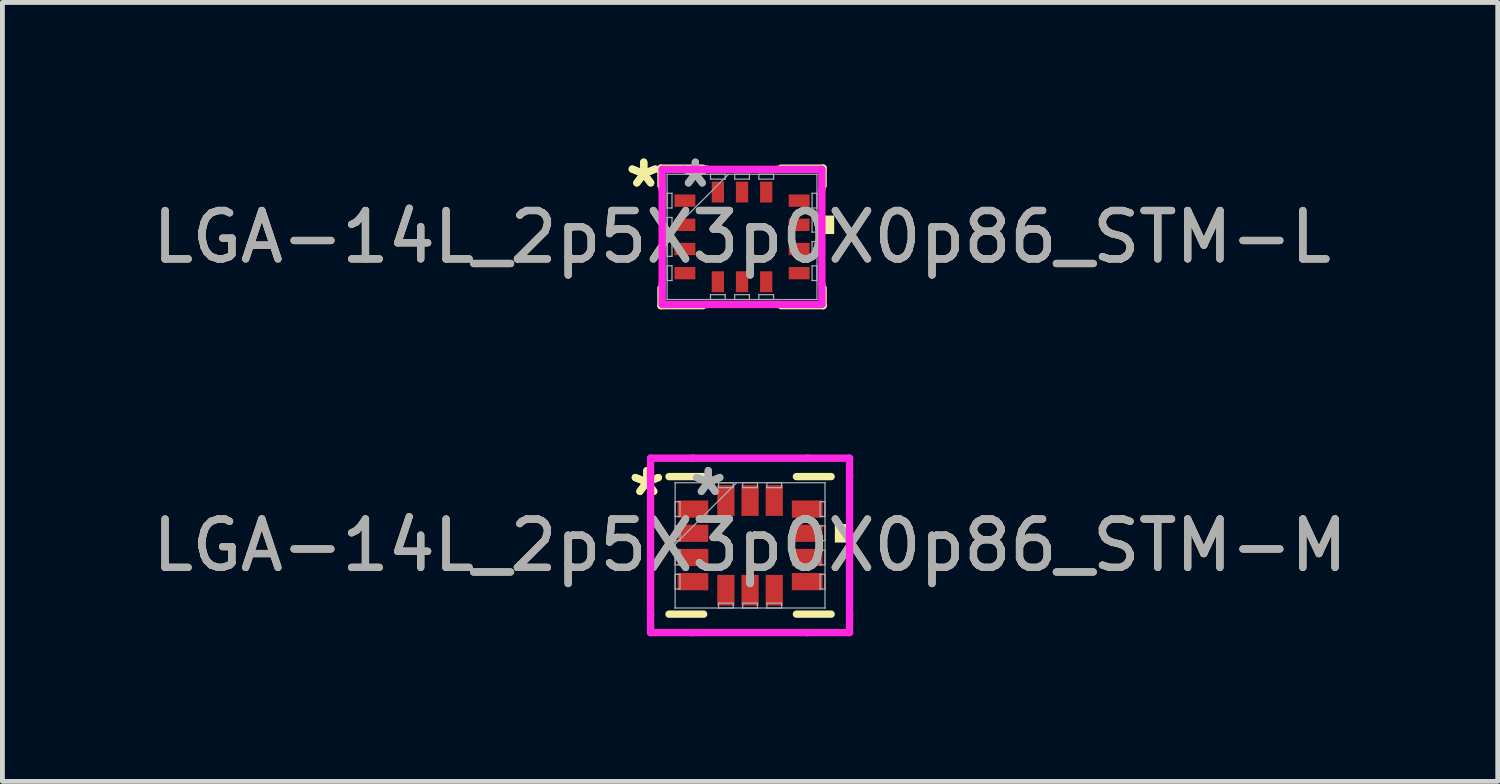
<source format=kicad_pcb>
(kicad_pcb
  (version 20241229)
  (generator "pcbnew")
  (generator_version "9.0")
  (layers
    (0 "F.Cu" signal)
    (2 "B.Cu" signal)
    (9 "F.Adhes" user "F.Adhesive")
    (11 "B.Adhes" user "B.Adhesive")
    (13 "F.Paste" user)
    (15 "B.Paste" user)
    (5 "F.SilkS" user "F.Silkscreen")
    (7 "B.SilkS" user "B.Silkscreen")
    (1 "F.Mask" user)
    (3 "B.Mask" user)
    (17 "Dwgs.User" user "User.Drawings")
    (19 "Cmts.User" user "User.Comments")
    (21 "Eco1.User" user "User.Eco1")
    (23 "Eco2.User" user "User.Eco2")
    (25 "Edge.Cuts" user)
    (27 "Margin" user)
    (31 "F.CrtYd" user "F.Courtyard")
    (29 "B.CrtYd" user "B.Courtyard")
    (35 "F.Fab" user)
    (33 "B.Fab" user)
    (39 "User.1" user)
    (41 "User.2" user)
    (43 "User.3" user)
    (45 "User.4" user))
  (footprint "LGA-14L_2p5X3p0X0p86_STM-L"
    (layer "F.Cu")
    (at 12.292 1.848)
    (property "Reference" "LGA-14L_2p5X3p0X0p86_STM-L" (at 0 0 0) (unlocked yes) (layer "F.SilkS") (effects (font (size 1 1) (thickness 0.15))))
    (attr smd)
    (fp_line (start -1.676 -1.422) (end -1.676 -1.058) (stroke (width 0.152) (type solid)) (layer "F.SilkS"))
    (fp_line (start -1.676 1.058) (end -1.676 1.422) (stroke (width 0.152) (type solid)) (layer "F.SilkS"))
    (fp_line (start -1.676 1.422) (end -0.808 1.422) (stroke (width 0.152) (type solid)) (layer "F.SilkS"))
    (fp_line (start -0.808 -1.422) (end -1.676 -1.422) (stroke (width 0.152) (type solid)) (layer "F.SilkS"))
    (fp_line (start 0.808 1.422) (end 1.676 1.422) (stroke (width 0.152) (type solid)) (layer "F.SilkS"))
    (fp_line (start 1.676 -1.422) (end 0.808 -1.422) (stroke (width 0.152) (type solid)) (layer "F.SilkS"))
    (fp_line (start 1.676 -1.058) (end 1.676 -1.422) (stroke (width 0.152) (type solid)) (layer "F.SilkS"))
    (fp_line (start 1.676 1.422) (end 1.676 1.058) (stroke (width 0.152) (type solid)) (layer "F.SilkS"))
    (fp_poly (pts (xy 1.905 -0.441) (xy 1.905 -0.059) (xy 1.651 -0.059) (xy 1.651 -0.441)) (stroke (width 0) (type solid)) (fill yes) (layer "F.SilkS"))
    (fp_line (start -1.651 -1.397) (end -0.729 -1.397) (stroke (width 0.152) (type solid)) (layer "F.CrtYd"))
    (fp_line (start -1.651 -0.979) (end -1.651 -1.397) (stroke (width 0.152) (type solid)) (layer "F.CrtYd"))
    (fp_line (start -1.651 -0.979) (end -1.651 -0.979) (stroke (width 0.152) (type solid)) (layer "F.CrtYd"))
    (fp_line (start -1.651 0.979) (end -1.651 -0.979) (stroke (width 0.152) (type solid)) (layer "F.CrtYd"))
    (fp_line (start -1.651 0.979) (end -1.651 0.979) (stroke (width 0.152) (type solid)) (layer "F.CrtYd"))
    (fp_line (start -1.651 1.397) (end -1.651 0.979) (stroke (width 0.152) (type solid)) (layer "F.CrtYd"))
    (fp_line (start -0.729 -1.397) (end -0.729 -1.397) (stroke (width 0.152) (type solid)) (layer "F.CrtYd"))
    (fp_line (start -0.729 -1.397) (end 0.729 -1.397) (stroke (width 0.152) (type solid)) (layer "F.CrtYd"))
    (fp_line (start -0.729 1.397) (end -1.651 1.397) (stroke (width 0.152) (type solid)) (layer "F.CrtYd"))
    (fp_line (start -0.729 1.397) (end -0.729 1.397) (stroke (width 0.152) (type solid)) (layer "F.CrtYd"))
    (fp_line (start 0.729 -1.397) (end 0.729 -1.397) (stroke (width 0.152) (type solid)) (layer "F.CrtYd"))
    (fp_line (start 0.729 -1.397) (end 1.651 -1.397) (stroke (width 0.152) (type solid)) (layer "F.CrtYd"))
    (fp_line (start 0.729 1.397) (end -0.729 1.397) (stroke (width 0.152) (type solid)) (layer "F.CrtYd"))
    (fp_line (start 0.729 1.397) (end 0.729 1.397) (stroke (width 0.152) (type solid)) (layer "F.CrtYd"))
    (fp_line (start 1.651 -1.397) (end 1.651 -0.979) (stroke (width 0.152) (type solid)) (layer "F.CrtYd"))
    (fp_line (start 1.651 -0.979) (end 1.651 -0.979) (stroke (width 0.152) (type solid)) (layer "F.CrtYd"))
    (fp_line (start 1.651 -0.979) (end 1.651 0.979) (stroke (width 0.152) (type solid)) (layer "F.CrtYd"))
    (fp_line (start 1.651 0.979) (end 1.651 0.979) (stroke (width 0.152) (type solid)) (layer "F.CrtYd"))
    (fp_line (start 1.651 0.979) (end 1.651 1.397) (stroke (width 0.152) (type solid)) (layer "F.CrtYd"))
    (fp_line (start 1.651 1.397) (end 0.729 1.397) (stroke (width 0.152) (type solid)) (layer "F.CrtYd"))
    (fp_line (start -1.549 -1.295) (end -1.549 -1.295) (stroke (width 0.025) (type solid)) (layer "F.Fab"))
    (fp_line (start -1.549 -1.295) (end -1.549 1.295) (stroke (width 0.025) (type solid)) (layer "F.Fab"))
    (fp_line (start -1.549 -0.902) (end -1.448 -0.902) (stroke (width 0.025) (type solid)) (layer "F.Fab"))
    (fp_line (start -1.549 -0.598) (end -1.549 -0.902) (stroke (width 0.025) (type solid)) (layer "F.Fab"))
    (fp_line (start -1.549 -0.402) (end -1.448 -0.402) (stroke (width 0.025) (type solid)) (layer "F.Fab"))
    (fp_line (start -1.549 -0.098) (end -1.549 -0.402) (stroke (width 0.025) (type solid)) (layer "F.Fab"))
    (fp_line (start -1.549 -0.025) (end -0.279 -1.295) (stroke (width 0.025) (type solid)) (layer "F.Fab"))
    (fp_line (start -1.549 0.098) (end -1.448 0.098) (stroke (width 0.025) (type solid)) (layer "F.Fab"))
    (fp_line (start -1.549 0.402) (end -1.549 0.098) (stroke (width 0.025) (type solid)) (layer "F.Fab"))
    (fp_line (start -1.549 0.598) (end -1.448 0.598) (stroke (width 0.025) (type solid)) (layer "F.Fab"))
    (fp_line (start -1.549 0.902) (end -1.549 0.598) (stroke (width 0.025) (type solid)) (layer "F.Fab"))
    (fp_line (start -1.549 1.295) (end -1.549 1.295) (stroke (width 0.025) (type solid)) (layer "F.Fab"))
    (fp_line (start -1.549 1.295) (end 1.549 1.295) (stroke (width 0.025) (type solid)) (layer "F.Fab"))
    (fp_line (start -1.448 -0.902) (end -1.448 -0.598) (stroke (width 0.025) (type solid)) (layer "F.Fab"))
    (fp_line (start -1.448 -0.598) (end -1.549 -0.598) (stroke (width 0.025) (type solid)) (layer "F.Fab"))
    (fp_line (start -1.448 -0.402) (end -1.448 -0.098) (stroke (width 0.025) (type solid)) (layer "F.Fab"))
    (fp_line (start -1.448 -0.098) (end -1.549 -0.098) (stroke (width 0.025) (type solid)) (layer "F.Fab"))
    (fp_line (start -1.448 0.098) (end -1.448 0.402) (stroke (width 0.025) (type solid)) (layer "F.Fab"))
    (fp_line (start -1.448 0.402) (end -1.549 0.402) (stroke (width 0.025) (type solid)) (layer "F.Fab"))
    (fp_line (start -1.448 0.598) (end -1.448 0.902) (stroke (width 0.025) (type solid)) (layer "F.Fab"))
    (fp_line (start -1.448 0.902) (end -1.549 0.902) (stroke (width 0.025) (type solid)) (layer "F.Fab"))
    (fp_line (start -0.652 -1.295) (end -0.348 -1.295) (stroke (width 0.025) (type solid)) (layer "F.Fab"))
    (fp_line (start -0.652 -1.194) (end -0.652 -1.295) (stroke (width 0.025) (type solid)) (layer "F.Fab"))
    (fp_line (start -0.652 1.194) (end -0.348 1.194) (stroke (width 0.025) (type solid)) (layer "F.Fab"))
    (fp_line (start -0.652 1.295) (end -0.652 1.194) (stroke (width 0.025) (type solid)) (layer "F.Fab"))
    (fp_line (start -0.348 -1.295) (end -0.348 -1.194) (stroke (width 0.025) (type solid)) (layer "F.Fab"))
    (fp_line (start -0.348 -1.194) (end -0.652 -1.194) (stroke (width 0.025) (type solid)) (layer "F.Fab"))
    (fp_line (start -0.348 1.194) (end -0.348 1.295) (stroke (width 0.025) (type solid)) (layer "F.Fab"))
    (fp_line (start -0.348 1.295) (end -0.652 1.295) (stroke (width 0.025) (type solid)) (layer "F.Fab"))
    (fp_line (start -0.152 -1.295) (end 0.152 -1.295) (stroke (width 0.025) (type solid)) (layer "F.Fab"))
    (fp_line (start -0.152 -1.194) (end -0.152 -1.295) (stroke (width 0.025) (type solid)) (layer "F.Fab"))
    (fp_line (start -0.152 1.194) (end 0.152 1.194) (stroke (width 0.025) (type solid)) (layer "F.Fab"))
    (fp_line (start -0.152 1.295) (end -0.152 1.194) (stroke (width 0.025) (type solid)) (layer "F.Fab"))
    (fp_line (start 0.152 -1.295) (end 0.152 -1.194) (stroke (width 0.025) (type solid)) (layer "F.Fab"))
    (fp_line (start 0.152 -1.194) (end -0.152 -1.194) (stroke (width 0.025) (type solid)) (layer "F.Fab"))
    (fp_line (start 0.152 1.194) (end 0.152 1.295) (stroke (width 0.025) (type solid)) (layer "F.Fab"))
    (fp_line (start 0.152 1.295) (end -0.152 1.295) (stroke (width 0.025) (type solid)) (layer "F.Fab"))
    (fp_line (start 0.348 -1.295) (end 0.652 -1.295) (stroke (width 0.025) (type solid)) (layer "F.Fab"))
    (fp_line (start 0.348 -1.194) (end 0.348 -1.295) (stroke (width 0.025) (type solid)) (layer "F.Fab"))
    (fp_line (start 0.348 1.194) (end 0.652 1.194) (stroke (width 0.025) (type solid)) (layer "F.Fab"))
    (fp_line (start 0.348 1.295) (end 0.348 1.194) (stroke (width 0.025) (type solid)) (layer "F.Fab"))
    (fp_line (start 0.652 -1.295) (end 0.652 -1.194) (stroke (width 0.025) (type solid)) (layer "F.Fab"))
    (fp_line (start 0.652 -1.194) (end 0.348 -1.194) (stroke (width 0.025) (type solid)) (layer "F.Fab"))
    (fp_line (start 0.652 1.194) (end 0.652 1.295) (stroke (width 0.025) (type solid)) (layer "F.Fab"))
    (fp_line (start 0.652 1.295) (end 0.348 1.295) (stroke (width 0.025) (type solid)) (layer "F.Fab"))
    (fp_line (start 1.448 -0.902) (end 1.549 -0.902) (stroke (width 0.025) (type solid)) (layer "F.Fab"))
    (fp_line (start 1.448 -0.598) (end 1.448 -0.902) (stroke (width 0.025) (type solid)) (layer "F.Fab"))
    (fp_line (start 1.448 -0.402) (end 1.549 -0.402) (stroke (width 0.025) (type solid)) (layer "F.Fab"))
    (fp_line (start 1.448 -0.098) (end 1.448 -0.402) (stroke (width 0.025) (type solid)) (layer "F.Fab"))
    (fp_line (start 1.448 0.098) (end 1.549 0.098) (stroke (width 0.025) (type solid)) (layer "F.Fab"))
    (fp_line (start 1.448 0.402) (end 1.448 0.098) (stroke (width 0.025) (type solid)) (layer "F.Fab"))
    (fp_line (start 1.448 0.598) (end 1.549 0.598) (stroke (width 0.025) (type solid)) (layer "F.Fab"))
    (fp_line (start 1.448 0.902) (end 1.448 0.598) (stroke (width 0.025) (type solid)) (layer "F.Fab"))
    (fp_line (start 1.549 -1.295) (end -1.549 -1.295) (stroke (width 0.025) (type solid)) (layer "F.Fab"))
    (fp_line (start 1.549 -1.295) (end 1.549 -1.295) (stroke (width 0.025) (type solid)) (layer "F.Fab"))
    (fp_line (start 1.549 -0.902) (end 1.549 -0.598) (stroke (width 0.025) (type solid)) (layer "F.Fab"))
    (fp_line (start 1.549 -0.598) (end 1.448 -0.598) (stroke (width 0.025) (type solid)) (layer "F.Fab"))
    (fp_line (start 1.549 -0.402) (end 1.549 -0.098) (stroke (width 0.025) (type solid)) (layer "F.Fab"))
    (fp_line (start 1.549 -0.098) (end 1.448 -0.098) (stroke (width 0.025) (type solid)) (layer "F.Fab"))
    (fp_line (start 1.549 0.098) (end 1.549 0.402) (stroke (width 0.025) (type solid)) (layer "F.Fab"))
    (fp_line (start 1.549 0.402) (end 1.448 0.402) (stroke (width 0.025) (type solid)) (layer "F.Fab"))
    (fp_line (start 1.549 0.598) (end 1.549 0.902) (stroke (width 0.025) (type solid)) (layer "F.Fab"))
    (fp_line (start 1.549 0.902) (end 1.448 0.902) (stroke (width 0.025) (type solid)) (layer "F.Fab"))
    (fp_line (start 1.549 1.295) (end 1.549 -1.295) (stroke (width 0.025) (type solid)) (layer "F.Fab"))
    (fp_line (start 1.549 1.295) (end 1.549 1.295) (stroke (width 0.025) (type solid)) (layer "F.Fab"))
    (fp_text user "*" (at -2.032 -1 0) (unlocked yes) (layer "F.SilkS") (effects (font (size 1 1) (thickness 0.15))))
    (fp_text user "*" (at -2.032 -1 0) (layer "F.SilkS") (effects (font (size 1 1) (thickness 0.15))))
    (fp_text user "${REFERENCE}" (at 0 0 0) (unlocked yes) (layer "F.Fab") (effects (font (size 1 1) (thickness 0.15))))
    (fp_text user "*" (at -0.965 -1 0) (layer "F.Fab") (effects (font (size 1 1) (thickness 0.15))))
    (fp_text user "*" (at -0.965 -1 0) (unlocked yes) (layer "F.Fab") (effects (font (size 1 1) (thickness 0.15))))
    (pad "1" smd rect (at -1.181 -0.75 90) (size 0.254 0.432) (layers "F.Cu" "F.Mask" "F.Paste"))
    (pad "2" smd rect (at -1.181 -0.25 90) (size 0.254 0.432) (layers "F.Cu" "F.Mask" "F.Paste"))
    (pad "3" smd rect (at -1.181 0.25 90) (size 0.254 0.432) (layers "F.Cu" "F.Mask" "F.Paste"))
    (pad "4" smd rect (at -1.181 0.75 90) (size 0.254 0.432) (layers "F.Cu" "F.Mask" "F.Paste"))
    (pad "5" smd rect (at -0.5 0.927) (size 0.254 0.432) (layers "F.Cu" "F.Mask" "F.Paste"))
    (pad "6" smd rect (at 0 0.927) (size 0.254 0.432) (layers "F.Cu" "F.Mask" "F.Paste"))
    (pad "7" smd rect (at 0.5 0.927) (size 0.254 0.432) (layers "F.Cu" "F.Mask" "F.Paste"))
    (pad "8" smd rect (at 1.181 0.75 90) (size 0.254 0.432) (layers "F.Cu" "F.Mask" "F.Paste"))
    (pad "9" smd rect (at 1.181 0.25 90) (size 0.254 0.432) (layers "F.Cu" "F.Mask" "F.Paste"))
    (pad "10" smd rect (at 1.181 -0.25 90) (size 0.254 0.432) (layers "F.Cu" "F.Mask" "F.Paste"))
    (pad "11" smd rect (at 1.181 -0.75 90) (size 0.254 0.432) (layers "F.Cu" "F.Mask" "F.Paste"))
    (pad "12" smd rect (at 0.5 -0.927) (size 0.254 0.432) (layers "F.Cu" "F.Mask" "F.Paste"))
    (pad "13" smd rect (at 0 -0.927) (size 0.254 0.432) (layers "F.Cu" "F.Mask" "F.Paste"))
    (pad "14" smd rect (at -0.5 -0.927) (size 0.254 0.432) (layers "F.Cu" "F.Mask" "F.Paste")))
  (footprint "LGA-14L_2p5X3p0X0p86_STM-M"
    (layer "F.Cu")
    (at 12.458 8.226)
    (property "Reference" "LGA-14L_2p5X3p0X0p86_STM-M" (at 0 0 0) (unlocked yes) (layer "F.SilkS") (effects (font (size 1 1) (thickness 0.15))))
    (attr smd)
    (fp_line (start -1.676 1.422) (end -0.959 1.422) (stroke (width 0.152) (type solid)) (layer "F.SilkS"))
    (fp_line (start -0.959 -1.422) (end -1.676 -1.422) (stroke (width 0.152) (type solid)) (layer "F.SilkS"))
    (fp_line (start 0.959 1.422) (end 1.676 1.422) (stroke (width 0.152) (type solid)) (layer "F.SilkS"))
    (fp_line (start 1.676 -1.422) (end 0.959 -1.422) (stroke (width 0.152) (type solid)) (layer "F.SilkS"))
    (fp_poly (pts (xy 2.007 -0.441) (xy 2.007 -0.059) (xy 1.753 -0.059) (xy 1.753 -0.441)) (stroke (width 0) (type solid)) (fill yes) (layer "F.SilkS"))
    (fp_line (start -2.057 -1.803) (end -1.186 -1.803) (stroke (width 0.152) (type solid)) (layer "F.CrtYd"))
    (fp_line (start -2.057 -1.436) (end -2.057 -1.803) (stroke (width 0.152) (type solid)) (layer "F.CrtYd"))
    (fp_line (start -2.057 -1.436) (end -2.057 -1.436) (stroke (width 0.152) (type solid)) (layer "F.CrtYd"))
    (fp_line (start -2.057 1.436) (end -2.057 -1.436) (stroke (width 0.152) (type solid)) (layer "F.CrtYd"))
    (fp_line (start -2.057 1.436) (end -2.057 1.436) (stroke (width 0.152) (type solid)) (layer "F.CrtYd"))
    (fp_line (start -2.057 1.803) (end -2.057 1.436) (stroke (width 0.152) (type solid)) (layer "F.CrtYd"))
    (fp_line (start -1.186 -1.803) (end -1.186 -1.803) (stroke (width 0.152) (type solid)) (layer "F.CrtYd"))
    (fp_line (start -1.186 -1.803) (end 1.186 -1.803) (stroke (width 0.152) (type solid)) (layer "F.CrtYd"))
    (fp_line (start -1.186 1.803) (end -2.057 1.803) (stroke (width 0.152) (type solid)) (layer "F.CrtYd"))
    (fp_line (start -1.186 1.803) (end -1.186 1.803) (stroke (width 0.152) (type solid)) (layer "F.CrtYd"))
    (fp_line (start 1.186 -1.803) (end 1.186 -1.803) (stroke (width 0.152) (type solid)) (layer "F.CrtYd"))
    (fp_line (start 1.186 -1.803) (end 2.057 -1.803) (stroke (width 0.152) (type solid)) (layer "F.CrtYd"))
    (fp_line (start 1.186 1.803) (end -1.186 1.803) (stroke (width 0.152) (type solid)) (layer "F.CrtYd"))
    (fp_line (start 1.186 1.803) (end 1.186 1.803) (stroke (width 0.152) (type solid)) (layer "F.CrtYd"))
    (fp_line (start 2.057 -1.803) (end 2.057 -1.436) (stroke (width 0.152) (type solid)) (layer "F.CrtYd"))
    (fp_line (start 2.057 -1.436) (end 2.057 -1.436) (stroke (width 0.152) (type solid)) (layer "F.CrtYd"))
    (fp_line (start 2.057 -1.436) (end 2.057 1.436) (stroke (width 0.152) (type solid)) (layer "F.CrtYd"))
    (fp_line (start 2.057 1.436) (end 2.057 1.436) (stroke (width 0.152) (type solid)) (layer "F.CrtYd"))
    (fp_line (start 2.057 1.436) (end 2.057 1.803) (stroke (width 0.152) (type solid)) (layer "F.CrtYd"))
    (fp_line (start 2.057 1.803) (end 1.186 1.803) (stroke (width 0.152) (type solid)) (layer "F.CrtYd"))
    (fp_line (start -1.549 -1.295) (end -1.549 -1.295) (stroke (width 0.025) (type solid)) (layer "F.Fab"))
    (fp_line (start -1.549 -1.295) (end -1.549 1.295) (stroke (width 0.025) (type solid)) (layer "F.Fab"))
    (fp_line (start -1.549 -0.902) (end -1.448 -0.902) (stroke (width 0.025) (type solid)) (layer "F.Fab"))
    (fp_line (start -1.549 -0.598) (end -1.549 -0.902) (stroke (width 0.025) (type solid)) (layer "F.Fab"))
    (fp_line (start -1.549 -0.402) (end -1.448 -0.402) (stroke (width 0.025) (type solid)) (layer "F.Fab"))
    (fp_line (start -1.549 -0.098) (end -1.549 -0.402) (stroke (width 0.025) (type solid)) (layer "F.Fab"))
    (fp_line (start -1.549 -0.025) (end -0.279 -1.295) (stroke (width 0.025) (type solid)) (layer "F.Fab"))
    (fp_line (start -1.549 0.098) (end -1.448 0.098) (stroke (width 0.025) (type solid)) (layer "F.Fab"))
    (fp_line (start -1.549 0.402) (end -1.549 0.098) (stroke (width 0.025) (type solid)) (layer "F.Fab"))
    (fp_line (start -1.549 0.598) (end -1.448 0.598) (stroke (width 0.025) (type solid)) (layer "F.Fab"))
    (fp_line (start -1.549 0.902) (end -1.549 0.598) (stroke (width 0.025) (type solid)) (layer "F.Fab"))
    (fp_line (start -1.549 1.295) (end -1.549 1.295) (stroke (width 0.025) (type solid)) (layer "F.Fab"))
    (fp_line (start -1.549 1.295) (end 1.549 1.295) (stroke (width 0.025) (type solid)) (layer "F.Fab"))
    (fp_line (start -1.448 -0.902) (end -1.448 -0.598) (stroke (width 0.025) (type solid)) (layer "F.Fab"))
    (fp_line (start -1.448 -0.598) (end -1.549 -0.598) (stroke (width 0.025) (type solid)) (layer "F.Fab"))
    (fp_line (start -1.448 -0.402) (end -1.448 -0.098) (stroke (width 0.025) (type solid)) (layer "F.Fab"))
    (fp_line (start -1.448 -0.098) (end -1.549 -0.098) (stroke (width 0.025) (type solid)) (layer "F.Fab"))
    (fp_line (start -1.448 0.098) (end -1.448 0.402) (stroke (width 0.025) (type solid)) (layer "F.Fab"))
    (fp_line (start -1.448 0.402) (end -1.549 0.402) (stroke (width 0.025) (type solid)) (layer "F.Fab"))
    (fp_line (start -1.448 0.598) (end -1.448 0.902) (stroke (width 0.025) (type solid)) (layer "F.Fab"))
    (fp_line (start -1.448 0.902) (end -1.549 0.902) (stroke (width 0.025) (type solid)) (layer "F.Fab"))
    (fp_line (start -0.652 -1.295) (end -0.348 -1.295) (stroke (width 0.025) (type solid)) (layer "F.Fab"))
    (fp_line (start -0.652 -1.194) (end -0.652 -1.295) (stroke (width 0.025) (type solid)) (layer "F.Fab"))
    (fp_line (start -0.652 1.194) (end -0.348 1.194) (stroke (width 0.025) (type solid)) (layer "F.Fab"))
    (fp_line (start -0.652 1.295) (end -0.652 1.194) (stroke (width 0.025) (type solid)) (layer "F.Fab"))
    (fp_line (start -0.348 -1.295) (end -0.348 -1.194) (stroke (width 0.025) (type solid)) (layer "F.Fab"))
    (fp_line (start -0.348 -1.194) (end -0.652 -1.194) (stroke (width 0.025) (type solid)) (layer "F.Fab"))
    (fp_line (start -0.348 1.194) (end -0.348 1.295) (stroke (width 0.025) (type solid)) (layer "F.Fab"))
    (fp_line (start -0.348 1.295) (end -0.652 1.295) (stroke (width 0.025) (type solid)) (layer "F.Fab"))
    (fp_line (start -0.152 -1.295) (end 0.152 -1.295) (stroke (width 0.025) (type solid)) (layer "F.Fab"))
    (fp_line (start -0.152 -1.194) (end -0.152 -1.295) (stroke (width 0.025) (type solid)) (layer "F.Fab"))
    (fp_line (start -0.152 1.194) (end 0.152 1.194) (stroke (width 0.025) (type solid)) (layer "F.Fab"))
    (fp_line (start -0.152 1.295) (end -0.152 1.194) (stroke (width 0.025) (type solid)) (layer "F.Fab"))
    (fp_line (start 0.152 -1.295) (end 0.152 -1.194) (stroke (width 0.025) (type solid)) (layer "F.Fab"))
    (fp_line (start 0.152 -1.194) (end -0.152 -1.194) (stroke (width 0.025) (type solid)) (layer "F.Fab"))
    (fp_line (start 0.152 1.194) (end 0.152 1.295) (stroke (width 0.025) (type solid)) (layer "F.Fab"))
    (fp_line (start 0.152 1.295) (end -0.152 1.295) (stroke (width 0.025) (type solid)) (layer "F.Fab"))
    (fp_line (start 0.348 -1.295) (end 0.652 -1.295) (stroke (width 0.025) (type solid)) (layer "F.Fab"))
    (fp_line (start 0.348 -1.194) (end 0.348 -1.295) (stroke (width 0.025) (type solid)) (layer "F.Fab"))
    (fp_line (start 0.348 1.194) (end 0.652 1.194) (stroke (width 0.025) (type solid)) (layer "F.Fab"))
    (fp_line (start 0.348 1.295) (end 0.348 1.194) (stroke (width 0.025) (type solid)) (layer "F.Fab"))
    (fp_line (start 0.652 -1.295) (end 0.652 -1.194) (stroke (width 0.025) (type solid)) (layer "F.Fab"))
    (fp_line (start 0.652 -1.194) (end 0.348 -1.194) (stroke (width 0.025) (type solid)) (layer "F.Fab"))
    (fp_line (start 0.652 1.194) (end 0.652 1.295) (stroke (width 0.025) (type solid)) (layer "F.Fab"))
    (fp_line (start 0.652 1.295) (end 0.348 1.295) (stroke (width 0.025) (type solid)) (layer "F.Fab"))
    (fp_line (start 1.448 -0.902) (end 1.549 -0.902) (stroke (width 0.025) (type solid)) (layer "F.Fab"))
    (fp_line (start 1.448 -0.598) (end 1.448 -0.902) (stroke (width 0.025) (type solid)) (layer "F.Fab"))
    (fp_line (start 1.448 -0.402) (end 1.549 -0.402) (stroke (width 0.025) (type solid)) (layer "F.Fab"))
    (fp_line (start 1.448 -0.098) (end 1.448 -0.402) (stroke (width 0.025) (type solid)) (layer "F.Fab"))
    (fp_line (start 1.448 0.098) (end 1.549 0.098) (stroke (width 0.025) (type solid)) (layer "F.Fab"))
    (fp_line (start 1.448 0.402) (end 1.448 0.098) (stroke (width 0.025) (type solid)) (layer "F.Fab"))
    (fp_line (start 1.448 0.598) (end 1.549 0.598) (stroke (width 0.025) (type solid)) (layer "F.Fab"))
    (fp_line (start 1.448 0.902) (end 1.448 0.598) (stroke (width 0.025) (type solid)) (layer "F.Fab"))
    (fp_line (start 1.549 -1.295) (end -1.549 -1.295) (stroke (width 0.025) (type solid)) (layer "F.Fab"))
    (fp_line (start 1.549 -1.295) (end 1.549 -1.295) (stroke (width 0.025) (type solid)) (layer "F.Fab"))
    (fp_line (start 1.549 -0.902) (end 1.549 -0.598) (stroke (width 0.025) (type solid)) (layer "F.Fab"))
    (fp_line (start 1.549 -0.598) (end 1.448 -0.598) (stroke (width 0.025) (type solid)) (layer "F.Fab"))
    (fp_line (start 1.549 -0.402) (end 1.549 -0.098) (stroke (width 0.025) (type solid)) (layer "F.Fab"))
    (fp_line (start 1.549 -0.098) (end 1.448 -0.098) (stroke (width 0.025) (type solid)) (layer "F.Fab"))
    (fp_line (start 1.549 0.098) (end 1.549 0.402) (stroke (width 0.025) (type solid)) (layer "F.Fab"))
    (fp_line (start 1.549 0.402) (end 1.448 0.402) (stroke (width 0.025) (type solid)) (layer "F.Fab"))
    (fp_line (start 1.549 0.598) (end 1.549 0.902) (stroke (width 0.025) (type solid)) (layer "F.Fab"))
    (fp_line (start 1.549 0.902) (end 1.448 0.902) (stroke (width 0.025) (type solid)) (layer "F.Fab"))
    (fp_line (start 1.549 1.295) (end 1.549 -1.295) (stroke (width 0.025) (type solid)) (layer "F.Fab"))
    (fp_line (start 1.549 1.295) (end 1.549 1.295) (stroke (width 0.025) (type solid)) (layer "F.Fab"))
    (fp_text user "*" (at -2.134 -1 0) (unlocked yes) (layer "F.SilkS") (effects (font (size 1 1) (thickness 0.15))))
    (fp_text user "*" (at -2.134 -1 0) (layer "F.SilkS") (effects (font (size 1 1) (thickness 0.15))))
    (fp_text user "${REFERENCE}" (at 0 0 0) (unlocked yes) (layer "F.Fab") (effects (font (size 1 1) (thickness 0.15))))
    (fp_text user "*" (at -0.864 -1 0) (layer "F.Fab") (effects (font (size 1 1) (thickness 0.15))))
    (fp_text user "*" (at -0.864 -1 0) (unlocked yes) (layer "F.Fab") (effects (font (size 1 1) (thickness 0.15))))
    (pad "1" smd rect (at -1.181 -0.75 90) (size 0.356 0.635) (layers "F.Cu" "F.Mask" "F.Paste"))
    (pad "2" smd rect (at -1.181 -0.25 90) (size 0.356 0.635) (layers "F.Cu" "F.Mask" "F.Paste"))
    (pad "3" smd rect (at -1.181 0.25 90) (size 0.356 0.635) (layers "F.Cu" "F.Mask" "F.Paste"))
    (pad "4" smd rect (at -1.181 0.75 90) (size 0.356 0.635) (layers "F.Cu" "F.Mask" "F.Paste"))
    (pad "5" smd rect (at -0.5 0.927) (size 0.356 0.635) (layers "F.Cu" "F.Mask" "F.Paste"))
    (pad "6" smd rect (at 0 0.927) (size 0.356 0.635) (layers "F.Cu" "F.Mask" "F.Paste"))
    (pad "7" smd rect (at 0.5 0.927) (size 0.356 0.635) (layers "F.Cu" "F.Mask" "F.Paste"))
    (pad "8" smd rect (at 1.181 0.75 90) (size 0.356 0.635) (layers "F.Cu" "F.Mask" "F.Paste"))
    (pad "9" smd rect (at 1.181 0.25 90) (size 0.356 0.635) (layers "F.Cu" "F.Mask" "F.Paste"))
    (pad "10" smd rect (at 1.181 -0.25 90) (size 0.356 0.635) (layers "F.Cu" "F.Mask" "F.Paste"))
    (pad "11" smd rect (at 1.181 -0.75 90) (size 0.356 0.635) (layers "F.Cu" "F.Mask" "F.Paste"))
    (pad "12" smd rect (at 0.5 -0.927) (size 0.356 0.635) (layers "F.Cu" "F.Mask" "F.Paste"))
    (pad "13" smd rect (at 0 -0.927) (size 0.356 0.635) (layers "F.Cu" "F.Mask" "F.Paste"))
    (pad "14" smd rect (at -0.5 -0.927) (size 0.356 0.635) (layers "F.Cu" "F.Mask" "F.Paste")))
  (gr_rect
    (start -3 -3)
    (end 27.917 13.106)
    (stroke (width 0.1) (type default))
    (fill no)
    (layer "Edge.Cuts")))
</source>
